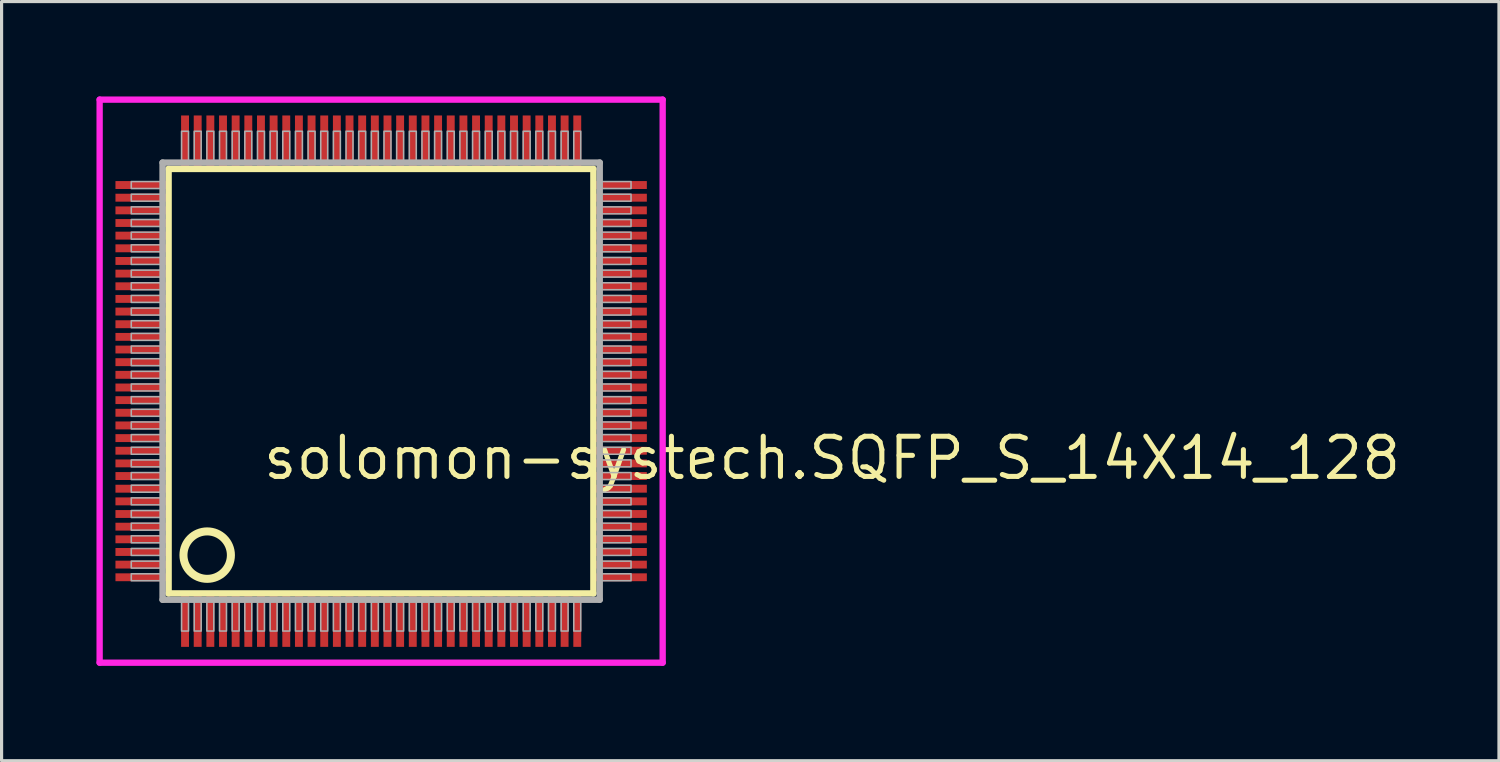
<source format=kicad_pcb>
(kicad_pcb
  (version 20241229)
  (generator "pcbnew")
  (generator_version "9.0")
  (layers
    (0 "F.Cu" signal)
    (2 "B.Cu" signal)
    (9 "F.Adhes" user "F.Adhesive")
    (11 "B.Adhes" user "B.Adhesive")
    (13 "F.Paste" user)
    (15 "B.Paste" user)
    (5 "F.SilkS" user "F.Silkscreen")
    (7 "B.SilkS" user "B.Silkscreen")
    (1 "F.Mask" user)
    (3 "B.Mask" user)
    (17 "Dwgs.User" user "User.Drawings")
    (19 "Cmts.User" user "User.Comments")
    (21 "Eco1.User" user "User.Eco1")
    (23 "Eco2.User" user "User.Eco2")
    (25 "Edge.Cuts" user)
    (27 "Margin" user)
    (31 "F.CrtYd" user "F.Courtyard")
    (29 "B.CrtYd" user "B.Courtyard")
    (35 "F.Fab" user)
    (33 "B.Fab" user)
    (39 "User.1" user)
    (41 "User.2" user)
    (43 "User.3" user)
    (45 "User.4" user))
  (footprint "solomon-systech.SQFP_S_14X14_128"
    (layer "F.Cu")
    (at 9 9)
    (property "Reference" "solomon-systech.SQFP_S_14X14_128" (at -3.81 3.175 0) (layer "F.SilkS") (effects (font (size 1.27 1.27) (thickness 0.16)) (justify left bottom)))
    (attr smd)
    (fp_line (start -6.72 -6.71) (end 6.71 -6.71) (stroke (width 0.203) (type default)) (layer "F.SilkS"))
    (fp_line (start -6.72 6.71) (end -6.72 -6.71) (stroke (width 0.203) (type default)) (layer "F.SilkS"))
    (fp_line (start 6.71 -6.71) (end 6.71 6.71) (stroke (width 0.203) (type default)) (layer "F.SilkS"))
    (fp_line (start 6.71 6.71) (end -6.72 6.71) (stroke (width 0.203) (type default)) (layer "F.SilkS"))
    (fp_circle (center -5.5 5.5) (end -4.75 5.5) (stroke (width 0.254) (type default)) (fill no) (layer "F.SilkS"))
    (fp_line (start -8.9 -8.9) (end 8.9 -8.9) (stroke (width 0.2) (type default)) (layer "F.CrtYd"))
    (fp_line (start -8.9 8.9) (end -8.9 -8.9) (stroke (width 0.2) (type default)) (layer "F.CrtYd"))
    (fp_line (start 8.9 -8.9) (end 8.9 8.9) (stroke (width 0.2) (type default)) (layer "F.CrtYd"))
    (fp_line (start 8.9 8.9) (end -8.9 8.9) (stroke (width 0.2) (type default)) (layer "F.CrtYd"))
    (fp_line (start -6.91 -6.91) (end -6.91 6.91) (stroke (width 0.203) (type default)) (layer "F.Fab"))
    (fp_line (start -6.91 6.91) (end 6.91 6.91) (stroke (width 0.203) (type default)) (layer "F.Fab"))
    (fp_line (start 6.91 -6.91) (end -6.91 -6.91) (stroke (width 0.203) (type default)) (layer "F.Fab"))
    (fp_line (start 6.91 6.91) (end 6.91 -6.91) (stroke (width 0.203) (type default)) (layer "F.Fab"))
    (fp_rect (start -7.9 -6.09) (end -6.95 -6.31) (stroke (width 0.05) (type default)) (fill no) (layer "F.Fab"))
    (fp_rect (start -7.9 -5.69) (end -6.95 -5.91) (stroke (width 0.05) (type default)) (fill no) (layer "F.Fab"))
    (fp_rect (start -7.9 -5.29) (end -6.95 -5.51) (stroke (width 0.05) (type default)) (fill no) (layer "F.Fab"))
    (fp_rect (start -7.9 -4.89) (end -6.95 -5.11) (stroke (width 0.05) (type default)) (fill no) (layer "F.Fab"))
    (fp_rect (start -7.9 -4.49) (end -6.95 -4.71) (stroke (width 0.05) (type default)) (fill no) (layer "F.Fab"))
    (fp_rect (start -7.9 -4.09) (end -6.95 -4.31) (stroke (width 0.05) (type default)) (fill no) (layer "F.Fab"))
    (fp_rect (start -7.9 -3.69) (end -6.95 -3.91) (stroke (width 0.05) (type default)) (fill no) (layer "F.Fab"))
    (fp_rect (start -7.9 -3.29) (end -6.95 -3.51) (stroke (width 0.05) (type default)) (fill no) (layer "F.Fab"))
    (fp_rect (start -7.9 -2.89) (end -6.95 -3.11) (stroke (width 0.05) (type default)) (fill no) (layer "F.Fab"))
    (fp_rect (start -7.9 -2.49) (end -6.95 -2.71) (stroke (width 0.05) (type default)) (fill no) (layer "F.Fab"))
    (fp_rect (start -7.9 -2.09) (end -6.95 -2.31) (stroke (width 0.05) (type default)) (fill no) (layer "F.Fab"))
    (fp_rect (start -7.9 -1.69) (end -6.95 -1.91) (stroke (width 0.05) (type default)) (fill no) (layer "F.Fab"))
    (fp_rect (start -7.9 -1.29) (end -6.95 -1.51) (stroke (width 0.05) (type default)) (fill no) (layer "F.Fab"))
    (fp_rect (start -7.9 -0.89) (end -6.95 -1.11) (stroke (width 0.05) (type default)) (fill no) (layer "F.Fab"))
    (fp_rect (start -7.9 -0.49) (end -6.95 -0.71) (stroke (width 0.05) (type default)) (fill no) (layer "F.Fab"))
    (fp_rect (start -7.9 -0.09) (end -6.95 -0.31) (stroke (width 0.05) (type default)) (fill no) (layer "F.Fab"))
    (fp_rect (start -7.9 0.31) (end -6.95 0.09) (stroke (width 0.05) (type default)) (fill no) (layer "F.Fab"))
    (fp_rect (start -7.9 0.71) (end -6.95 0.49) (stroke (width 0.05) (type default)) (fill no) (layer "F.Fab"))
    (fp_rect (start -7.9 1.11) (end -6.95 0.89) (stroke (width 0.05) (type default)) (fill no) (layer "F.Fab"))
    (fp_rect (start -7.9 1.51) (end -6.95 1.29) (stroke (width 0.05) (type default)) (fill no) (layer "F.Fab"))
    (fp_rect (start -7.9 1.91) (end -6.95 1.69) (stroke (width 0.05) (type default)) (fill no) (layer "F.Fab"))
    (fp_rect (start -7.9 2.31) (end -6.95 2.09) (stroke (width 0.05) (type default)) (fill no) (layer "F.Fab"))
    (fp_rect (start -7.9 2.71) (end -6.95 2.49) (stroke (width 0.05) (type default)) (fill no) (layer "F.Fab"))
    (fp_rect (start -7.9 3.11) (end -6.95 2.89) (stroke (width 0.05) (type default)) (fill no) (layer "F.Fab"))
    (fp_rect (start -7.9 3.51) (end -6.95 3.29) (stroke (width 0.05) (type default)) (fill no) (layer "F.Fab"))
    (fp_rect (start -7.9 3.91) (end -6.95 3.69) (stroke (width 0.05) (type default)) (fill no) (layer "F.Fab"))
    (fp_rect (start -7.9 4.31) (end -6.95 4.09) (stroke (width 0.05) (type default)) (fill no) (layer "F.Fab"))
    (fp_rect (start -7.9 4.71) (end -6.95 4.49) (stroke (width 0.05) (type default)) (fill no) (layer "F.Fab"))
    (fp_rect (start -7.9 5.11) (end -6.95 4.89) (stroke (width 0.05) (type default)) (fill no) (layer "F.Fab"))
    (fp_rect (start -7.9 5.51) (end -6.95 5.29) (stroke (width 0.05) (type default)) (fill no) (layer "F.Fab"))
    (fp_rect (start -7.9 5.91) (end -6.95 5.69) (stroke (width 0.05) (type default)) (fill no) (layer "F.Fab"))
    (fp_rect (start -7.9 6.31) (end -6.95 6.09) (stroke (width 0.05) (type default)) (fill no) (layer "F.Fab"))
    (fp_rect (start -6.31 -6.95) (end -6.09 -7.9) (stroke (width 0.05) (type default)) (fill no) (layer "F.Fab"))
    (fp_rect (start -6.31 7.9) (end -6.09 6.95) (stroke (width 0.05) (type default)) (fill no) (layer "F.Fab"))
    (fp_rect (start -5.91 -6.95) (end -5.69 -7.9) (stroke (width 0.05) (type default)) (fill no) (layer "F.Fab"))
    (fp_rect (start -5.91 7.9) (end -5.69 6.95) (stroke (width 0.05) (type default)) (fill no) (layer "F.Fab"))
    (fp_rect (start -5.51 -6.95) (end -5.29 -7.9) (stroke (width 0.05) (type default)) (fill no) (layer "F.Fab"))
    (fp_rect (start -5.51 7.9) (end -5.29 6.95) (stroke (width 0.05) (type default)) (fill no) (layer "F.Fab"))
    (fp_rect (start -5.11 -6.95) (end -4.89 -7.9) (stroke (width 0.05) (type default)) (fill no) (layer "F.Fab"))
    (fp_rect (start -5.11 7.9) (end -4.89 6.95) (stroke (width 0.05) (type default)) (fill no) (layer "F.Fab"))
    (fp_rect (start -4.71 -6.95) (end -4.49 -7.9) (stroke (width 0.05) (type default)) (fill no) (layer "F.Fab"))
    (fp_rect (start -4.71 7.9) (end -4.49 6.95) (stroke (width 0.05) (type default)) (fill no) (layer "F.Fab"))
    (fp_rect (start -4.31 -6.95) (end -4.09 -7.9) (stroke (width 0.05) (type default)) (fill no) (layer "F.Fab"))
    (fp_rect (start -4.31 7.9) (end -4.09 6.95) (stroke (width 0.05) (type default)) (fill no) (layer "F.Fab"))
    (fp_rect (start -3.91 -6.95) (end -3.69 -7.9) (stroke (width 0.05) (type default)) (fill no) (layer "F.Fab"))
    (fp_rect (start -3.91 7.9) (end -3.69 6.95) (stroke (width 0.05) (type default)) (fill no) (layer "F.Fab"))
    (fp_rect (start -3.51 -6.95) (end -3.29 -7.9) (stroke (width 0.05) (type default)) (fill no) (layer "F.Fab"))
    (fp_rect (start -3.51 7.9) (end -3.29 6.95) (stroke (width 0.05) (type default)) (fill no) (layer "F.Fab"))
    (fp_rect (start -3.11 -6.95) (end -2.89 -7.9) (stroke (width 0.05) (type default)) (fill no) (layer "F.Fab"))
    (fp_rect (start -3.11 7.9) (end -2.89 6.95) (stroke (width 0.05) (type default)) (fill no) (layer "F.Fab"))
    (fp_rect (start -2.71 -6.95) (end -2.49 -7.9) (stroke (width 0.05) (type default)) (fill no) (layer "F.Fab"))
    (fp_rect (start -2.71 7.9) (end -2.49 6.95) (stroke (width 0.05) (type default)) (fill no) (layer "F.Fab"))
    (fp_rect (start -2.31 -6.95) (end -2.09 -7.9) (stroke (width 0.05) (type default)) (fill no) (layer "F.Fab"))
    (fp_rect (start -2.31 7.9) (end -2.09 6.95) (stroke (width 0.05) (type default)) (fill no) (layer "F.Fab"))
    (fp_rect (start -1.91 -6.95) (end -1.69 -7.9) (stroke (width 0.05) (type default)) (fill no) (layer "F.Fab"))
    (fp_rect (start -1.91 7.9) (end -1.69 6.95) (stroke (width 0.05) (type default)) (fill no) (layer "F.Fab"))
    (fp_rect (start -1.51 -6.95) (end -1.29 -7.9) (stroke (width 0.05) (type default)) (fill no) (layer "F.Fab"))
    (fp_rect (start -1.51 7.9) (end -1.29 6.95) (stroke (width 0.05) (type default)) (fill no) (layer "F.Fab"))
    (fp_rect (start -1.11 -6.95) (end -0.89 -7.9) (stroke (width 0.05) (type default)) (fill no) (layer "F.Fab"))
    (fp_rect (start -1.11 7.9) (end -0.89 6.95) (stroke (width 0.05) (type default)) (fill no) (layer "F.Fab"))
    (fp_rect (start -0.71 -6.95) (end -0.49 -7.9) (stroke (width 0.05) (type default)) (fill no) (layer "F.Fab"))
    (fp_rect (start -0.71 7.9) (end -0.49 6.95) (stroke (width 0.05) (type default)) (fill no) (layer "F.Fab"))
    (fp_rect (start -0.31 -6.95) (end -0.09 -7.9) (stroke (width 0.05) (type default)) (fill no) (layer "F.Fab"))
    (fp_rect (start -0.31 7.9) (end -0.09 6.95) (stroke (width 0.05) (type default)) (fill no) (layer "F.Fab"))
    (fp_rect (start 0.09 -6.95) (end 0.31 -7.9) (stroke (width 0.05) (type default)) (fill no) (layer "F.Fab"))
    (fp_rect (start 0.09 7.9) (end 0.31 6.95) (stroke (width 0.05) (type default)) (fill no) (layer "F.Fab"))
    (fp_rect (start 0.49 -6.95) (end 0.71 -7.9) (stroke (width 0.05) (type default)) (fill no) (layer "F.Fab"))
    (fp_rect (start 0.49 7.9) (end 0.71 6.95) (stroke (width 0.05) (type default)) (fill no) (layer "F.Fab"))
    (fp_rect (start 0.89 -6.95) (end 1.11 -7.9) (stroke (width 0.05) (type default)) (fill no) (layer "F.Fab"))
    (fp_rect (start 0.89 7.9) (end 1.11 6.95) (stroke (width 0.05) (type default)) (fill no) (layer "F.Fab"))
    (fp_rect (start 1.29 -6.95) (end 1.51 -7.9) (stroke (width 0.05) (type default)) (fill no) (layer "F.Fab"))
    (fp_rect (start 1.29 7.9) (end 1.51 6.95) (stroke (width 0.05) (type default)) (fill no) (layer "F.Fab"))
    (fp_rect (start 1.69 -6.95) (end 1.91 -7.9) (stroke (width 0.05) (type default)) (fill no) (layer "F.Fab"))
    (fp_rect (start 1.69 7.9) (end 1.91 6.95) (stroke (width 0.05) (type default)) (fill no) (layer "F.Fab"))
    (fp_rect (start 2.09 -6.95) (end 2.31 -7.9) (stroke (width 0.05) (type default)) (fill no) (layer "F.Fab"))
    (fp_rect (start 2.09 7.9) (end 2.31 6.95) (stroke (width 0.05) (type default)) (fill no) (layer "F.Fab"))
    (fp_rect (start 2.49 -6.95) (end 2.71 -7.9) (stroke (width 0.05) (type default)) (fill no) (layer "F.Fab"))
    (fp_rect (start 2.49 7.9) (end 2.71 6.95) (stroke (width 0.05) (type default)) (fill no) (layer "F.Fab"))
    (fp_rect (start 2.89 -6.95) (end 3.11 -7.9) (stroke (width 0.05) (type default)) (fill no) (layer "F.Fab"))
    (fp_rect (start 2.89 7.9) (end 3.11 6.95) (stroke (width 0.05) (type default)) (fill no) (layer "F.Fab"))
    (fp_rect (start 3.29 -6.95) (end 3.51 -7.9) (stroke (width 0.05) (type default)) (fill no) (layer "F.Fab"))
    (fp_rect (start 3.29 7.9) (end 3.51 6.95) (stroke (width 0.05) (type default)) (fill no) (layer "F.Fab"))
    (fp_rect (start 3.69 -6.95) (end 3.91 -7.9) (stroke (width 0.05) (type default)) (fill no) (layer "F.Fab"))
    (fp_rect (start 3.69 7.9) (end 3.91 6.95) (stroke (width 0.05) (type default)) (fill no) (layer "F.Fab"))
    (fp_rect (start 4.09 -6.95) (end 4.31 -7.9) (stroke (width 0.05) (type default)) (fill no) (layer "F.Fab"))
    (fp_rect (start 4.09 7.9) (end 4.31 6.95) (stroke (width 0.05) (type default)) (fill no) (layer "F.Fab"))
    (fp_rect (start 4.49 -6.95) (end 4.71 -7.9) (stroke (width 0.05) (type default)) (fill no) (layer "F.Fab"))
    (fp_rect (start 4.49 7.9) (end 4.71 6.95) (stroke (width 0.05) (type default)) (fill no) (layer "F.Fab"))
    (fp_rect (start 4.89 -6.95) (end 5.11 -7.9) (stroke (width 0.05) (type default)) (fill no) (layer "F.Fab"))
    (fp_rect (start 4.89 7.9) (end 5.11 6.95) (stroke (width 0.05) (type default)) (fill no) (layer "F.Fab"))
    (fp_rect (start 5.29 -6.95) (end 5.51 -7.9) (stroke (width 0.05) (type default)) (fill no) (layer "F.Fab"))
    (fp_rect (start 5.29 7.9) (end 5.51 6.95) (stroke (width 0.05) (type default)) (fill no) (layer "F.Fab"))
    (fp_rect (start 5.69 -6.95) (end 5.91 -7.9) (stroke (width 0.05) (type default)) (fill no) (layer "F.Fab"))
    (fp_rect (start 5.69 7.9) (end 5.91 6.95) (stroke (width 0.05) (type default)) (fill no) (layer "F.Fab"))
    (fp_rect (start 6.09 -6.95) (end 6.31 -7.9) (stroke (width 0.05) (type default)) (fill no) (layer "F.Fab"))
    (fp_rect (start 6.09 7.9) (end 6.31 6.95) (stroke (width 0.05) (type default)) (fill no) (layer "F.Fab"))
    (fp_rect (start 6.95 -6.09) (end 7.9 -6.31) (stroke (width 0.05) (type default)) (fill no) (layer "F.Fab"))
    (fp_rect (start 6.95 -5.69) (end 7.9 -5.91) (stroke (width 0.05) (type default)) (fill no) (layer "F.Fab"))
    (fp_rect (start 6.95 -5.29) (end 7.9 -5.51) (stroke (width 0.05) (type default)) (fill no) (layer "F.Fab"))
    (fp_rect (start 6.95 -4.89) (end 7.9 -5.11) (stroke (width 0.05) (type default)) (fill no) (layer "F.Fab"))
    (fp_rect (start 6.95 -4.49) (end 7.9 -4.71) (stroke (width 0.05) (type default)) (fill no) (layer "F.Fab"))
    (fp_rect (start 6.95 -4.09) (end 7.9 -4.31) (stroke (width 0.05) (type default)) (fill no) (layer "F.Fab"))
    (fp_rect (start 6.95 -3.69) (end 7.9 -3.91) (stroke (width 0.05) (type default)) (fill no) (layer "F.Fab"))
    (fp_rect (start 6.95 -3.29) (end 7.9 -3.51) (stroke (width 0.05) (type default)) (fill no) (layer "F.Fab"))
    (fp_rect (start 6.95 -2.89) (end 7.9 -3.11) (stroke (width 0.05) (type default)) (fill no) (layer "F.Fab"))
    (fp_rect (start 6.95 -2.49) (end 7.9 -2.71) (stroke (width 0.05) (type default)) (fill no) (layer "F.Fab"))
    (fp_rect (start 6.95 -2.09) (end 7.9 -2.31) (stroke (width 0.05) (type default)) (fill no) (layer "F.Fab"))
    (fp_rect (start 6.95 -1.69) (end 7.9 -1.91) (stroke (width 0.05) (type default)) (fill no) (layer "F.Fab"))
    (fp_rect (start 6.95 -1.29) (end 7.9 -1.51) (stroke (width 0.05) (type default)) (fill no) (layer "F.Fab"))
    (fp_rect (start 6.95 -0.89) (end 7.9 -1.11) (stroke (width 0.05) (type default)) (fill no) (layer "F.Fab"))
    (fp_rect (start 6.95 -0.49) (end 7.9 -0.71) (stroke (width 0.05) (type default)) (fill no) (layer "F.Fab"))
    (fp_rect (start 6.95 -0.09) (end 7.9 -0.31) (stroke (width 0.05) (type default)) (fill no) (layer "F.Fab"))
    (fp_rect (start 6.95 0.31) (end 7.9 0.09) (stroke (width 0.05) (type default)) (fill no) (layer "F.Fab"))
    (fp_rect (start 6.95 0.71) (end 7.9 0.49) (stroke (width 0.05) (type default)) (fill no) (layer "F.Fab"))
    (fp_rect (start 6.95 1.11) (end 7.9 0.89) (stroke (width 0.05) (type default)) (fill no) (layer "F.Fab"))
    (fp_rect (start 6.95 1.51) (end 7.9 1.29) (stroke (width 0.05) (type default)) (fill no) (layer "F.Fab"))
    (fp_rect (start 6.95 1.91) (end 7.9 1.69) (stroke (width 0.05) (type default)) (fill no) (layer "F.Fab"))
    (fp_rect (start 6.95 2.31) (end 7.9 2.09) (stroke (width 0.05) (type default)) (fill no) (layer "F.Fab"))
    (fp_rect (start 6.95 2.71) (end 7.9 2.49) (stroke (width 0.05) (type default)) (fill no) (layer "F.Fab"))
    (fp_rect (start 6.95 3.11) (end 7.9 2.89) (stroke (width 0.05) (type default)) (fill no) (layer "F.Fab"))
    (fp_rect (start 6.95 3.51) (end 7.9 3.29) (stroke (width 0.05) (type default)) (fill no) (layer "F.Fab"))
    (fp_rect (start 6.95 3.91) (end 7.9 3.69) (stroke (width 0.05) (type default)) (fill no) (layer "F.Fab"))
    (fp_rect (start 6.95 4.31) (end 7.9 4.09) (stroke (width 0.05) (type default)) (fill no) (layer "F.Fab"))
    (fp_rect (start 6.95 4.71) (end 7.9 4.49) (stroke (width 0.05) (type default)) (fill no) (layer "F.Fab"))
    (fp_rect (start 6.95 5.11) (end 7.9 4.89) (stroke (width 0.05) (type default)) (fill no) (layer "F.Fab"))
    (fp_rect (start 6.95 5.51) (end 7.9 5.29) (stroke (width 0.05) (type default)) (fill no) (layer "F.Fab"))
    (fp_rect (start 6.95 5.91) (end 7.9 5.69) (stroke (width 0.05) (type default)) (fill no) (layer "F.Fab"))
    (fp_rect (start 6.95 6.31) (end 7.9 6.09) (stroke (width 0.05) (type default)) (fill no) (layer "F.Fab"))
    (pad "1" smd roundrect (at -6.2 7.6) (size 0.25 1.6) (layers "F.Cu" "F.Mask" "F.Paste") (roundrect_rratio 0.01))
    (pad "2" smd roundrect (at -5.8 7.6) (size 0.25 1.6) (layers "F.Cu" "F.Mask" "F.Paste") (roundrect_rratio 0.01))
    (pad "3" smd roundrect (at -5.4 7.6) (size 0.25 1.6) (layers "F.Cu" "F.Mask" "F.Paste") (roundrect_rratio 0.01))
    (pad "4" smd roundrect (at -5 7.6) (size 0.25 1.6) (layers "F.Cu" "F.Mask" "F.Paste") (roundrect_rratio 0.01))
    (pad "5" smd roundrect (at -4.6 7.6) (size 0.25 1.6) (layers "F.Cu" "F.Mask" "F.Paste") (roundrect_rratio 0.01))
    (pad "6" smd roundrect (at -4.2 7.6) (size 0.25 1.6) (layers "F.Cu" "F.Mask" "F.Paste") (roundrect_rratio 0.01))
    (pad "7" smd roundrect (at -3.8 7.6) (size 0.25 1.6) (layers "F.Cu" "F.Mask" "F.Paste") (roundrect_rratio 0.01))
    (pad "8" smd roundrect (at -3.4 7.6) (size 0.25 1.6) (layers "F.Cu" "F.Mask" "F.Paste") (roundrect_rratio 0.01))
    (pad "9" smd roundrect (at -3 7.6) (size 0.25 1.6) (layers "F.Cu" "F.Mask" "F.Paste") (roundrect_rratio 0.01))
    (pad "10" smd roundrect (at -2.6 7.6) (size 0.25 1.6) (layers "F.Cu" "F.Mask" "F.Paste") (roundrect_rratio 0.01))
    (pad "11" smd roundrect (at -2.2 7.6) (size 0.25 1.6) (layers "F.Cu" "F.Mask" "F.Paste") (roundrect_rratio 0.01))
    (pad "12" smd roundrect (at -1.8 7.6) (size 0.25 1.6) (layers "F.Cu" "F.Mask" "F.Paste") (roundrect_rratio 0.01))
    (pad "13" smd roundrect (at -1.4 7.6) (size 0.25 1.6) (layers "F.Cu" "F.Mask" "F.Paste") (roundrect_rratio 0.01))
    (pad "14" smd roundrect (at -1 7.6) (size 0.25 1.6) (layers "F.Cu" "F.Mask" "F.Paste") (roundrect_rratio 0.01))
    (pad "15" smd roundrect (at -0.6 7.6) (size 0.25 1.6) (layers "F.Cu" "F.Mask" "F.Paste") (roundrect_rratio 0.01))
    (pad "16" smd roundrect (at -0.2 7.6) (size 0.25 1.6) (layers "F.Cu" "F.Mask" "F.Paste") (roundrect_rratio 0.01))
    (pad "17" smd roundrect (at 0.2 7.6) (size 0.25 1.6) (layers "F.Cu" "F.Mask" "F.Paste") (roundrect_rratio 0.01))
    (pad "18" smd roundrect (at 0.6 7.6) (size 0.25 1.6) (layers "F.Cu" "F.Mask" "F.Paste") (roundrect_rratio 0.01))
    (pad "19" smd roundrect (at 1 7.6) (size 0.25 1.6) (layers "F.Cu" "F.Mask" "F.Paste") (roundrect_rratio 0.01))
    (pad "20" smd roundrect (at 1.4 7.6) (size 0.25 1.6) (layers "F.Cu" "F.Mask" "F.Paste") (roundrect_rratio 0.01))
    (pad "21" smd roundrect (at 1.8 7.6) (size 0.25 1.6) (layers "F.Cu" "F.Mask" "F.Paste") (roundrect_rratio 0.01))
    (pad "22" smd roundrect (at 2.2 7.6) (size 0.25 1.6) (layers "F.Cu" "F.Mask" "F.Paste") (roundrect_rratio 0.01))
    (pad "23" smd roundrect (at 2.6 7.6) (size 0.25 1.6) (layers "F.Cu" "F.Mask" "F.Paste") (roundrect_rratio 0.01))
    (pad "24" smd roundrect (at 3 7.6) (size 0.25 1.6) (layers "F.Cu" "F.Mask" "F.Paste") (roundrect_rratio 0.01))
    (pad "25" smd roundrect (at 3.4 7.6) (size 0.25 1.6) (layers "F.Cu" "F.Mask" "F.Paste") (roundrect_rratio 0.01))
    (pad "26" smd roundrect (at 3.8 7.6) (size 0.25 1.6) (layers "F.Cu" "F.Mask" "F.Paste") (roundrect_rratio 0.01))
    (pad "27" smd roundrect (at 4.2 7.6) (size 0.25 1.6) (layers "F.Cu" "F.Mask" "F.Paste") (roundrect_rratio 0.01))
    (pad "28" smd roundrect (at 4.6 7.6) (size 0.25 1.6) (layers "F.Cu" "F.Mask" "F.Paste") (roundrect_rratio 0.01))
    (pad "29" smd roundrect (at 5 7.6) (size 0.25 1.6) (layers "F.Cu" "F.Mask" "F.Paste") (roundrect_rratio 0.01))
    (pad "30" smd roundrect (at 5.4 7.6) (size 0.25 1.6) (layers "F.Cu" "F.Mask" "F.Paste") (roundrect_rratio 0.01))
    (pad "31" smd roundrect (at 5.8 7.6) (size 0.25 1.6) (layers "F.Cu" "F.Mask" "F.Paste") (roundrect_rratio 0.01))
    (pad "32" smd roundrect (at 6.2 7.6) (size 0.25 1.6) (layers "F.Cu" "F.Mask" "F.Paste") (roundrect_rratio 0.01))
    (pad "33" smd roundrect (at 7.6 6.2) (size 1.6 0.25) (layers "F.Cu" "F.Mask" "F.Paste") (roundrect_rratio 0.01))
    (pad "34" smd roundrect (at 7.6 5.8) (size 1.6 0.25) (layers "F.Cu" "F.Mask" "F.Paste") (roundrect_rratio 0.01))
    (pad "35" smd roundrect (at 7.6 5.4) (size 1.6 0.25) (layers "F.Cu" "F.Mask" "F.Paste") (roundrect_rratio 0.01))
    (pad "36" smd roundrect (at 7.6 5) (size 1.6 0.25) (layers "F.Cu" "F.Mask" "F.Paste") (roundrect_rratio 0.01))
    (pad "37" smd roundrect (at 7.6 4.6) (size 1.6 0.25) (layers "F.Cu" "F.Mask" "F.Paste") (roundrect_rratio 0.01))
    (pad "38" smd roundrect (at 7.6 4.2) (size 1.6 0.25) (layers "F.Cu" "F.Mask" "F.Paste") (roundrect_rratio 0.01))
    (pad "39" smd roundrect (at 7.6 3.8) (size 1.6 0.25) (layers "F.Cu" "F.Mask" "F.Paste") (roundrect_rratio 0.01))
    (pad "40" smd roundrect (at 7.6 3.4) (size 1.6 0.25) (layers "F.Cu" "F.Mask" "F.Paste") (roundrect_rratio 0.01))
    (pad "41" smd roundrect (at 7.6 3) (size 1.6 0.25) (layers "F.Cu" "F.Mask" "F.Paste") (roundrect_rratio 0.01))
    (pad "42" smd roundrect (at 7.6 2.6) (size 1.6 0.25) (layers "F.Cu" "F.Mask" "F.Paste") (roundrect_rratio 0.01))
    (pad "43" smd roundrect (at 7.6 2.2) (size 1.6 0.25) (layers "F.Cu" "F.Mask" "F.Paste") (roundrect_rratio 0.01))
    (pad "44" smd roundrect (at 7.6 1.8) (size 1.6 0.25) (layers "F.Cu" "F.Mask" "F.Paste") (roundrect_rratio 0.01))
    (pad "45" smd roundrect (at 7.6 1.4) (size 1.6 0.25) (layers "F.Cu" "F.Mask" "F.Paste") (roundrect_rratio 0.01))
    (pad "46" smd roundrect (at 7.6 1) (size 1.6 0.25) (layers "F.Cu" "F.Mask" "F.Paste") (roundrect_rratio 0.01))
    (pad "47" smd roundrect (at 7.6 0.6) (size 1.6 0.25) (layers "F.Cu" "F.Mask" "F.Paste") (roundrect_rratio 0.01))
    (pad "48" smd roundrect (at 7.6 0.2) (size 1.6 0.25) (layers "F.Cu" "F.Mask" "F.Paste") (roundrect_rratio 0.01))
    (pad "49" smd roundrect (at 7.6 -0.2) (size 1.6 0.25) (layers "F.Cu" "F.Mask" "F.Paste") (roundrect_rratio 0.01))
    (pad "50" smd roundrect (at 7.6 -0.6) (size 1.6 0.25) (layers "F.Cu" "F.Mask" "F.Paste") (roundrect_rratio 0.01))
    (pad "51" smd roundrect (at 7.6 -1) (size 1.6 0.25) (layers "F.Cu" "F.Mask" "F.Paste") (roundrect_rratio 0.01))
    (pad "52" smd roundrect (at 7.6 -1.4) (size 1.6 0.25) (layers "F.Cu" "F.Mask" "F.Paste") (roundrect_rratio 0.01))
    (pad "53" smd roundrect (at 7.6 -1.8) (size 1.6 0.25) (layers "F.Cu" "F.Mask" "F.Paste") (roundrect_rratio 0.01))
    (pad "54" smd roundrect (at 7.6 -2.2) (size 1.6 0.25) (layers "F.Cu" "F.Mask" "F.Paste") (roundrect_rratio 0.01))
    (pad "55" smd roundrect (at 7.6 -2.6) (size 1.6 0.25) (layers "F.Cu" "F.Mask" "F.Paste") (roundrect_rratio 0.01))
    (pad "56" smd roundrect (at 7.6 -3) (size 1.6 0.25) (layers "F.Cu" "F.Mask" "F.Paste") (roundrect_rratio 0.01))
    (pad "57" smd roundrect (at 7.6 -3.4) (size 1.6 0.25) (layers "F.Cu" "F.Mask" "F.Paste") (roundrect_rratio 0.01))
    (pad "58" smd roundrect (at 7.6 -3.8) (size 1.6 0.25) (layers "F.Cu" "F.Mask" "F.Paste") (roundrect_rratio 0.01))
    (pad "59" smd roundrect (at 7.6 -4.2) (size 1.6 0.25) (layers "F.Cu" "F.Mask" "F.Paste") (roundrect_rratio 0.01))
    (pad "60" smd roundrect (at 7.6 -4.6) (size 1.6 0.25) (layers "F.Cu" "F.Mask" "F.Paste") (roundrect_rratio 0.01))
    (pad "61" smd roundrect (at 7.6 -5) (size 1.6 0.25) (layers "F.Cu" "F.Mask" "F.Paste") (roundrect_rratio 0.01))
    (pad "62" smd roundrect (at 7.6 -5.4) (size 1.6 0.25) (layers "F.Cu" "F.Mask" "F.Paste") (roundrect_rratio 0.01))
    (pad "63" smd roundrect (at 7.6 -5.8) (size 1.6 0.25) (layers "F.Cu" "F.Mask" "F.Paste") (roundrect_rratio 0.01))
    (pad "64" smd roundrect (at 7.6 -6.2) (size 1.6 0.25) (layers "F.Cu" "F.Mask" "F.Paste") (roundrect_rratio 0.01))
    (pad "65" smd roundrect (at 6.2 -7.6) (size 0.25 1.6) (layers "F.Cu" "F.Mask" "F.Paste") (roundrect_rratio 0.01))
    (pad "66" smd roundrect (at 5.8 -7.6) (size 0.25 1.6) (layers "F.Cu" "F.Mask" "F.Paste") (roundrect_rratio 0.01))
    (pad "67" smd roundrect (at 5.4 -7.6) (size 0.25 1.6) (layers "F.Cu" "F.Mask" "F.Paste") (roundrect_rratio 0.01))
    (pad "68" smd roundrect (at 5 -7.6) (size 0.25 1.6) (layers "F.Cu" "F.Mask" "F.Paste") (roundrect_rratio 0.01))
    (pad "69" smd roundrect (at 4.6 -7.6) (size 0.25 1.6) (layers "F.Cu" "F.Mask" "F.Paste") (roundrect_rratio 0.01))
    (pad "70" smd roundrect (at 4.2 -7.6) (size 0.25 1.6) (layers "F.Cu" "F.Mask" "F.Paste") (roundrect_rratio 0.01))
    (pad "71" smd roundrect (at 3.8 -7.6) (size 0.25 1.6) (layers "F.Cu" "F.Mask" "F.Paste") (roundrect_rratio 0.01))
    (pad "72" smd roundrect (at 3.4 -7.6) (size 0.25 1.6) (layers "F.Cu" "F.Mask" "F.Paste") (roundrect_rratio 0.01))
    (pad "73" smd roundrect (at 3 -7.6) (size 0.25 1.6) (layers "F.Cu" "F.Mask" "F.Paste") (roundrect_rratio 0.01))
    (pad "74" smd roundrect (at 2.6 -7.6) (size 0.25 1.6) (layers "F.Cu" "F.Mask" "F.Paste") (roundrect_rratio 0.01))
    (pad "75" smd roundrect (at 2.2 -7.6) (size 0.25 1.6) (layers "F.Cu" "F.Mask" "F.Paste") (roundrect_rratio 0.01))
    (pad "76" smd roundrect (at 1.8 -7.6) (size 0.25 1.6) (layers "F.Cu" "F.Mask" "F.Paste") (roundrect_rratio 0.01))
    (pad "77" smd roundrect (at 1.4 -7.6) (size 0.25 1.6) (layers "F.Cu" "F.Mask" "F.Paste") (roundrect_rratio 0.01))
    (pad "78" smd roundrect (at 1 -7.6) (size 0.25 1.6) (layers "F.Cu" "F.Mask" "F.Paste") (roundrect_rratio 0.01))
    (pad "79" smd roundrect (at 0.6 -7.6) (size 0.25 1.6) (layers "F.Cu" "F.Mask" "F.Paste") (roundrect_rratio 0.01))
    (pad "80" smd roundrect (at 0.2 -7.6) (size 0.25 1.6) (layers "F.Cu" "F.Mask" "F.Paste") (roundrect_rratio 0.01))
    (pad "81" smd roundrect (at -0.2 -7.6) (size 0.25 1.6) (layers "F.Cu" "F.Mask" "F.Paste") (roundrect_rratio 0.01))
    (pad "82" smd roundrect (at -0.6 -7.6) (size 0.25 1.6) (layers "F.Cu" "F.Mask" "F.Paste") (roundrect_rratio 0.01))
    (pad "83" smd roundrect (at -1 -7.6) (size 0.25 1.6) (layers "F.Cu" "F.Mask" "F.Paste") (roundrect_rratio 0.01))
    (pad "84" smd roundrect (at -1.4 -7.6) (size 0.25 1.6) (layers "F.Cu" "F.Mask" "F.Paste") (roundrect_rratio 0.01))
    (pad "85" smd roundrect (at -1.8 -7.6) (size 0.25 1.6) (layers "F.Cu" "F.Mask" "F.Paste") (roundrect_rratio 0.01))
    (pad "86" smd roundrect (at -2.2 -7.6) (size 0.25 1.6) (layers "F.Cu" "F.Mask" "F.Paste") (roundrect_rratio 0.01))
    (pad "87" smd roundrect (at -2.6 -7.6) (size 0.25 1.6) (layers "F.Cu" "F.Mask" "F.Paste") (roundrect_rratio 0.01))
    (pad "88" smd roundrect (at -3 -7.6) (size 0.25 1.6) (layers "F.Cu" "F.Mask" "F.Paste") (roundrect_rratio 0.01))
    (pad "89" smd roundrect (at -3.4 -7.6) (size 0.25 1.6) (layers "F.Cu" "F.Mask" "F.Paste") (roundrect_rratio 0.01))
    (pad "90" smd roundrect (at -3.8 -7.6) (size 0.25 1.6) (layers "F.Cu" "F.Mask" "F.Paste") (roundrect_rratio 0.01))
    (pad "91" smd roundrect (at -4.2 -7.6) (size 0.25 1.6) (layers "F.Cu" "F.Mask" "F.Paste") (roundrect_rratio 0.01))
    (pad "92" smd roundrect (at -4.6 -7.6) (size 0.25 1.6) (layers "F.Cu" "F.Mask" "F.Paste") (roundrect_rratio 0.01))
    (pad "93" smd roundrect (at -5 -7.6) (size 0.25 1.6) (layers "F.Cu" "F.Mask" "F.Paste") (roundrect_rratio 0.01))
    (pad "94" smd roundrect (at -5.4 -7.6) (size 0.25 1.6) (layers "F.Cu" "F.Mask" "F.Paste") (roundrect_rratio 0.01))
    (pad "95" smd roundrect (at -5.8 -7.6) (size 0.25 1.6) (layers "F.Cu" "F.Mask" "F.Paste") (roundrect_rratio 0.01))
    (pad "96" smd roundrect (at -6.2 -7.6) (size 0.25 1.6) (layers "F.Cu" "F.Mask" "F.Paste") (roundrect_rratio 0.01))
    (pad "97" smd roundrect (at -7.6 -6.2) (size 1.6 0.25) (layers "F.Cu" "F.Mask" "F.Paste") (roundrect_rratio 0.01))
    (pad "98" smd roundrect (at -7.6 -5.8) (size 1.6 0.25) (layers "F.Cu" "F.Mask" "F.Paste") (roundrect_rratio 0.01))
    (pad "99" smd roundrect (at -7.6 -5.4) (size 1.6 0.25) (layers "F.Cu" "F.Mask" "F.Paste") (roundrect_rratio 0.01))
    (pad "100" smd roundrect (at -7.6 -5) (size 1.6 0.25) (layers "F.Cu" "F.Mask" "F.Paste") (roundrect_rratio 0.01))
    (pad "101" smd roundrect (at -7.6 -4.6) (size 1.6 0.25) (layers "F.Cu" "F.Mask" "F.Paste") (roundrect_rratio 0.01))
    (pad "102" smd roundrect (at -7.6 -4.2) (size 1.6 0.25) (layers "F.Cu" "F.Mask" "F.Paste") (roundrect_rratio 0.01))
    (pad "103" smd roundrect (at -7.6 -3.8) (size 1.6 0.25) (layers "F.Cu" "F.Mask" "F.Paste") (roundrect_rratio 0.01))
    (pad "104" smd roundrect (at -7.6 -3.4) (size 1.6 0.25) (layers "F.Cu" "F.Mask" "F.Paste") (roundrect_rratio 0.01))
    (pad "105" smd roundrect (at -7.6 -3) (size 1.6 0.25) (layers "F.Cu" "F.Mask" "F.Paste") (roundrect_rratio 0.01))
    (pad "106" smd roundrect (at -7.6 -2.6) (size 1.6 0.25) (layers "F.Cu" "F.Mask" "F.Paste") (roundrect_rratio 0.01))
    (pad "107" smd roundrect (at -7.6 -2.2) (size 1.6 0.25) (layers "F.Cu" "F.Mask" "F.Paste") (roundrect_rratio 0.01))
    (pad "108" smd roundrect (at -7.6 -1.8) (size 1.6 0.25) (layers "F.Cu" "F.Mask" "F.Paste") (roundrect_rratio 0.01))
    (pad "109" smd roundrect (at -7.6 -1.4) (size 1.6 0.25) (layers "F.Cu" "F.Mask" "F.Paste") (roundrect_rratio 0.01))
    (pad "110" smd roundrect (at -7.6 -1) (size 1.6 0.25) (layers "F.Cu" "F.Mask" "F.Paste") (roundrect_rratio 0.01))
    (pad "111" smd roundrect (at -7.6 -0.6) (size 1.6 0.25) (layers "F.Cu" "F.Mask" "F.Paste") (roundrect_rratio 0.01))
    (pad "112" smd roundrect (at -7.6 -0.2) (size 1.6 0.25) (layers "F.Cu" "F.Mask" "F.Paste") (roundrect_rratio 0.01))
    (pad "113" smd roundrect (at -7.6 0.2) (size 1.6 0.25) (layers "F.Cu" "F.Mask" "F.Paste") (roundrect_rratio 0.01))
    (pad "114" smd roundrect (at -7.6 0.6) (size 1.6 0.25) (layers "F.Cu" "F.Mask" "F.Paste") (roundrect_rratio 0.01))
    (pad "115" smd roundrect (at -7.6 1) (size 1.6 0.25) (layers "F.Cu" "F.Mask" "F.Paste") (roundrect_rratio 0.01))
    (pad "116" smd roundrect (at -7.6 1.4) (size 1.6 0.25) (layers "F.Cu" "F.Mask" "F.Paste") (roundrect_rratio 0.01))
    (pad "117" smd roundrect (at -7.6 1.8) (size 1.6 0.25) (layers "F.Cu" "F.Mask" "F.Paste") (roundrect_rratio 0.01))
    (pad "118" smd roundrect (at -7.6 2.2) (size 1.6 0.25) (layers "F.Cu" "F.Mask" "F.Paste") (roundrect_rratio 0.01))
    (pad "119" smd roundrect (at -7.6 2.6) (size 1.6 0.25) (layers "F.Cu" "F.Mask" "F.Paste") (roundrect_rratio 0.01))
    (pad "120" smd roundrect (at -7.6 3) (size 1.6 0.25) (layers "F.Cu" "F.Mask" "F.Paste") (roundrect_rratio 0.01))
    (pad "121" smd roundrect (at -7.6 3.4) (size 1.6 0.25) (layers "F.Cu" "F.Mask" "F.Paste") (roundrect_rratio 0.01))
    (pad "122" smd roundrect (at -7.6 3.8) (size 1.6 0.25) (layers "F.Cu" "F.Mask" "F.Paste") (roundrect_rratio 0.01))
    (pad "123" smd roundrect (at -7.6 4.2) (size 1.6 0.25) (layers "F.Cu" "F.Mask" "F.Paste") (roundrect_rratio 0.01))
    (pad "124" smd roundrect (at -7.6 4.6) (size 1.6 0.25) (layers "F.Cu" "F.Mask" "F.Paste") (roundrect_rratio 0.01))
    (pad "125" smd roundrect (at -7.6 5) (size 1.6 0.25) (layers "F.Cu" "F.Mask" "F.Paste") (roundrect_rratio 0.01))
    (pad "126" smd roundrect (at -7.6 5.4) (size 1.6 0.25) (layers "F.Cu" "F.Mask" "F.Paste") (roundrect_rratio 0.01))
    (pad "127" smd roundrect (at -7.6 5.8) (size 1.6 0.25) (layers "F.Cu" "F.Mask" "F.Paste") (roundrect_rratio 0.01))
    (pad "128" smd roundrect (at -7.6 6.2) (size 1.6 0.25) (layers "F.Cu" "F.Mask" "F.Paste") (roundrect_rratio 0.01)))
  (gr_rect
    (start -3 -3)
    (end 44.339 21)
    (stroke (width 0.1) (type default))
    (fill no)
    (layer "Edge.Cuts")))
</source>
